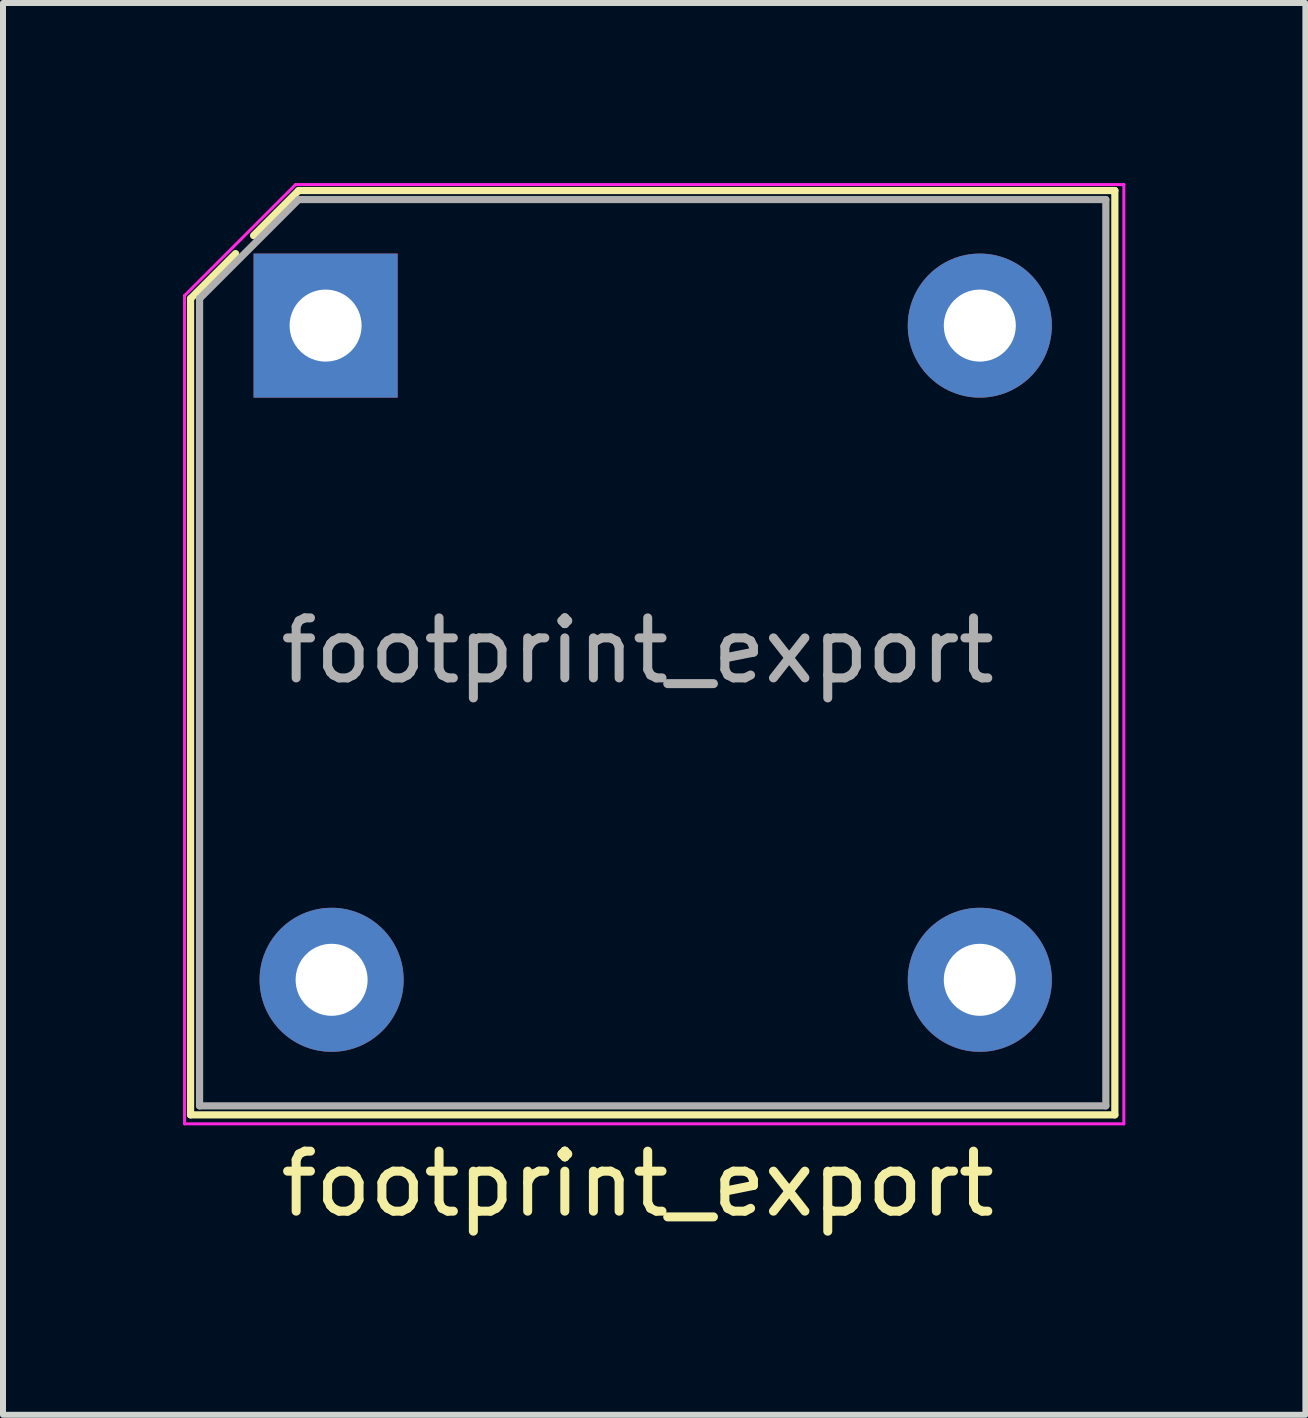
<source format=kicad_pcb>
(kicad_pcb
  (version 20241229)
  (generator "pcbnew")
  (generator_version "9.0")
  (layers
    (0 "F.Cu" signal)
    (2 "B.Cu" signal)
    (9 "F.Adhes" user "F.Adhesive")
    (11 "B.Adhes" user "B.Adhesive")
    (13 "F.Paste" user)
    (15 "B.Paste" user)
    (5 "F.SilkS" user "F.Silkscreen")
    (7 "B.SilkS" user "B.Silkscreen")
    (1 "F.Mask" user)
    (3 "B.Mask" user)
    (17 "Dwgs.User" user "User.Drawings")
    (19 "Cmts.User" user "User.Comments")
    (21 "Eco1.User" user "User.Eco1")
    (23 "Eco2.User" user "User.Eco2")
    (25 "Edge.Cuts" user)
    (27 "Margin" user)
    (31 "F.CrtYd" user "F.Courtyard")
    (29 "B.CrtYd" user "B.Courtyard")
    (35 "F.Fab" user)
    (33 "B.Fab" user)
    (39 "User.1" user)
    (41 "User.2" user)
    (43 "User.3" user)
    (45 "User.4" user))
  (footprint "footprint_export"
    (layer "F.Cu")
    (at 2.375 2.375)
    (property "Reference" "footprint_export" (at 5.2 14.3 180) (layer "F.SilkS") (effects (font (size 1 1) (thickness 0.15))))
    (attr through_hole)
    (fp_line (start -2.25 -0.45) (end -1.5 -1.2) (stroke (width 0.12) (type solid)) (layer "F.SilkS"))
    (fp_line (start -2.25 13.15) (end -2.25 -0.45) (stroke (width 0.12) (type solid)) (layer "F.SilkS"))
    (fp_line (start -1.2 -1.5) (end -0.45 -2.25) (stroke (width 0.12) (type solid)) (layer "F.SilkS"))
    (fp_line (start -0.45 -2.25) (end 13.15 -2.25) (stroke (width 0.12) (type solid)) (layer "F.SilkS"))
    (fp_line (start 13.15 -2.25) (end 13.15 13.15) (stroke (width 0.12) (type solid)) (layer "F.SilkS"))
    (fp_line (start 13.15 13.15) (end -2.25 13.15) (stroke (width 0.12) (type solid)) (layer "F.SilkS"))
    (fp_line (start -2.35 -0.5) (end -0.5 -2.35) (stroke (width 0.05) (type solid)) (layer "F.CrtYd"))
    (fp_line (start -2.35 13.3) (end -2.35 -0.5) (stroke (width 0.05) (type solid)) (layer "F.CrtYd"))
    (fp_line (start -0.5 -2.35) (end 13.3 -2.35) (stroke (width 0.05) (type solid)) (layer "F.CrtYd"))
    (fp_line (start 13.3 -2.35) (end 13.3 13.3) (stroke (width 0.05) (type solid)) (layer "F.CrtYd"))
    (fp_line (start 13.3 13.3) (end -2.35 13.3) (stroke (width 0.05) (type solid)) (layer "F.CrtYd"))
    (fp_line (start -2.1 -0.45) (end -0.45 -2.1) (stroke (width 0.12) (type solid)) (layer "F.Fab"))
    (fp_line (start -2.1 13) (end -2.1 -0.45) (stroke (width 0.12) (type solid)) (layer "F.Fab"))
    (fp_line (start -0.45 -2.1) (end 13 -2.1) (stroke (width 0.12) (type solid)) (layer "F.Fab"))
    (fp_line (start 13 -2.1) (end 13 13) (stroke (width 0.12) (type solid)) (layer "F.Fab"))
    (fp_line (start 13 13) (end -2.1 13) (stroke (width 0.12) (type solid)) (layer "F.Fab"))
    (fp_text user "${REFERENCE}" (at 5.2 5.415 180) (layer "F.Fab") (effects (font (size 1 1) (thickness 0.15))))
    (pad "1" thru_hole rect (at 0 0 180) (size 2.4 2.4) (drill 1.2) (layers "*.Cu" "*.Mask"))
    (pad "2" thru_hole circle (at 0.1 10.9 180) (size 2.4 2.4) (drill 1.2) (layers "*.Cu" "*.Mask"))
    (pad "3" thru_hole circle (at 10.9 10.9 180) (size 2.4 2.4) (drill 1.2) (layers "*.Cu" "*.Mask"))
    (pad "4" thru_hole circle (at 10.9 0 180) (size 2.4 2.4) (drill 1.2) (layers "*.Cu" "*.Mask")))
  (gr_rect
    (start -3 -3)
    (end 18.7 20.523)
    (stroke (width 0.1) (type default))
    (fill no)
    (layer "Edge.Cuts")))
</source>
